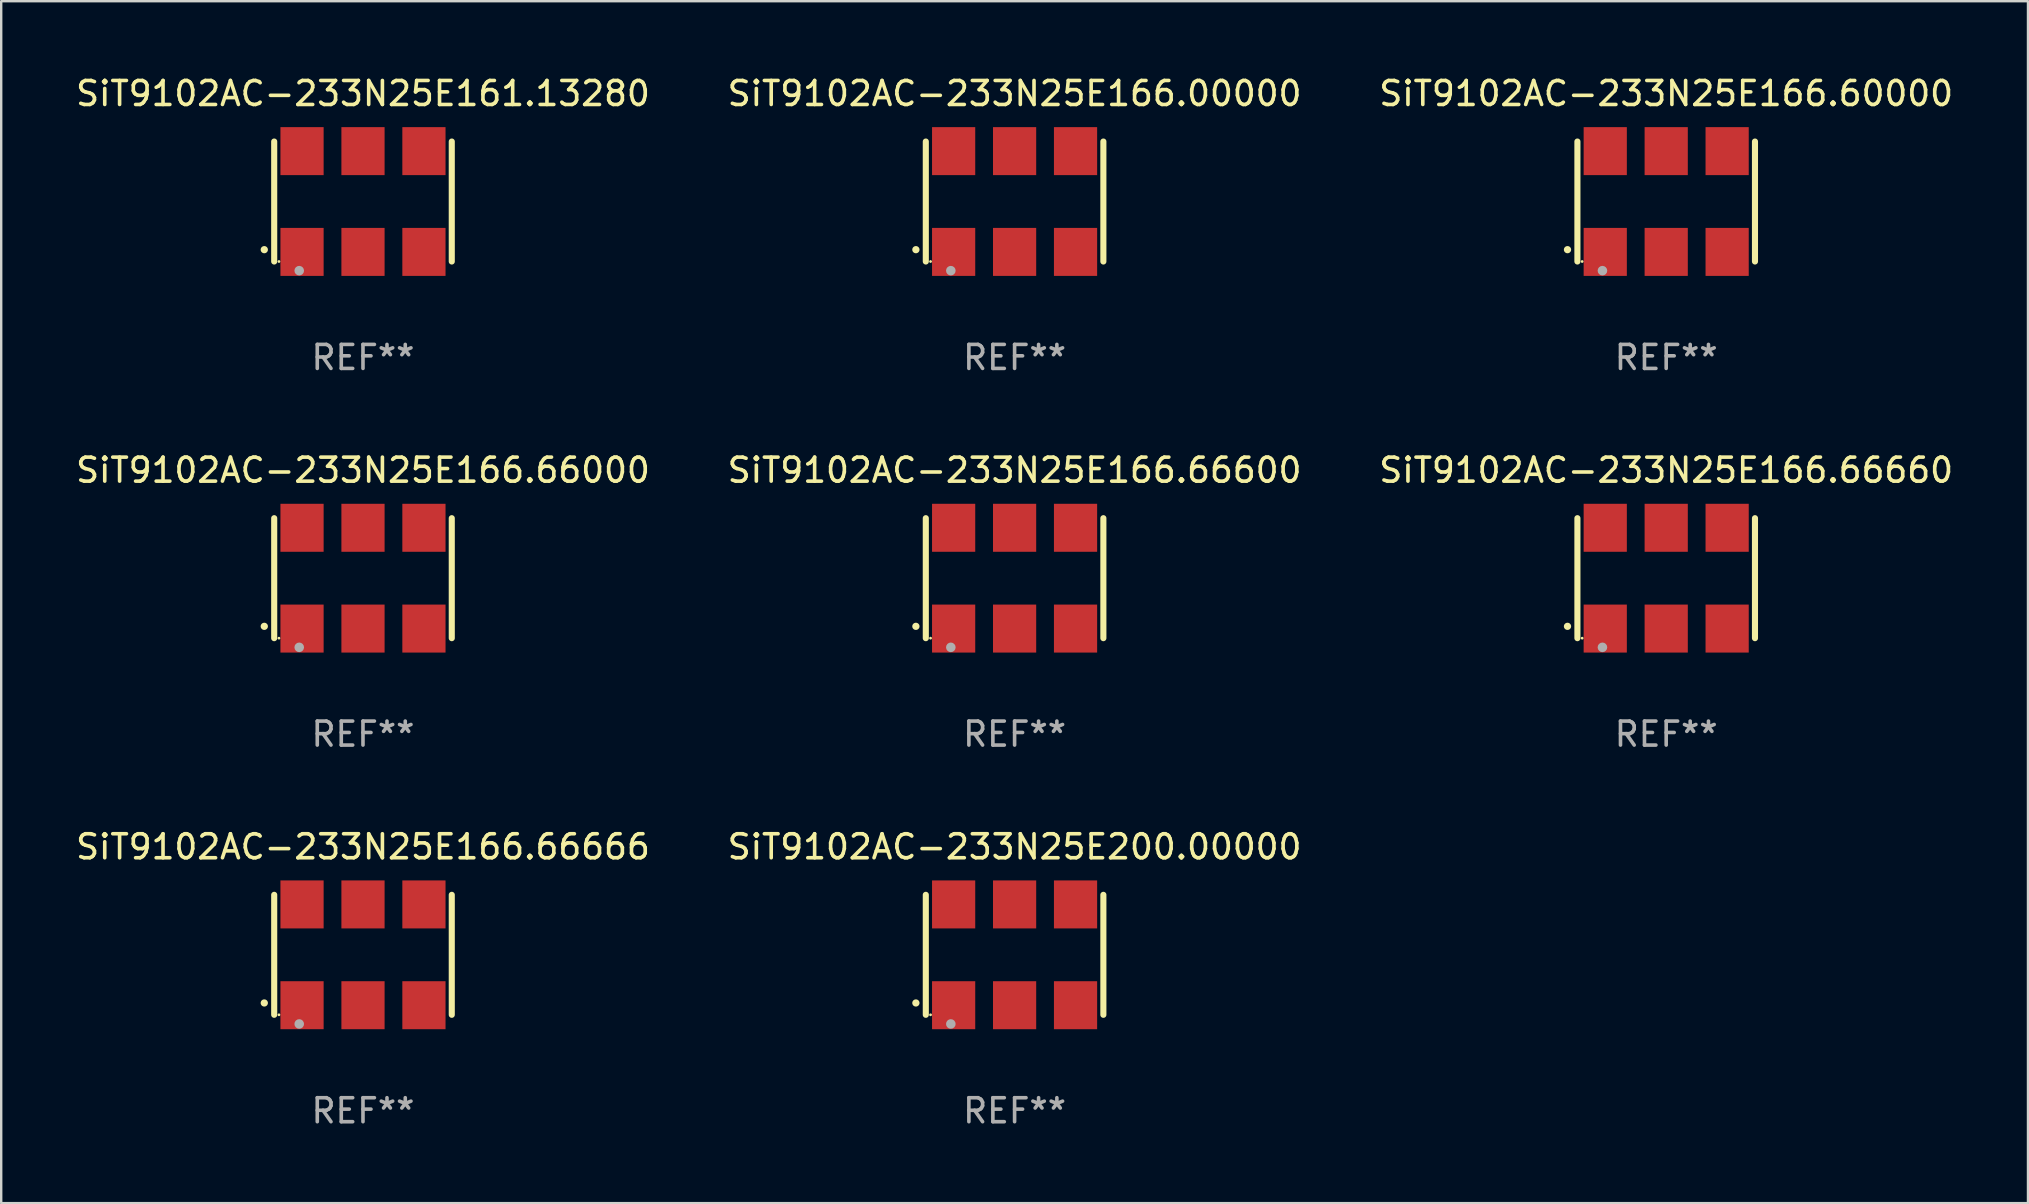
<source format=kicad_pcb>
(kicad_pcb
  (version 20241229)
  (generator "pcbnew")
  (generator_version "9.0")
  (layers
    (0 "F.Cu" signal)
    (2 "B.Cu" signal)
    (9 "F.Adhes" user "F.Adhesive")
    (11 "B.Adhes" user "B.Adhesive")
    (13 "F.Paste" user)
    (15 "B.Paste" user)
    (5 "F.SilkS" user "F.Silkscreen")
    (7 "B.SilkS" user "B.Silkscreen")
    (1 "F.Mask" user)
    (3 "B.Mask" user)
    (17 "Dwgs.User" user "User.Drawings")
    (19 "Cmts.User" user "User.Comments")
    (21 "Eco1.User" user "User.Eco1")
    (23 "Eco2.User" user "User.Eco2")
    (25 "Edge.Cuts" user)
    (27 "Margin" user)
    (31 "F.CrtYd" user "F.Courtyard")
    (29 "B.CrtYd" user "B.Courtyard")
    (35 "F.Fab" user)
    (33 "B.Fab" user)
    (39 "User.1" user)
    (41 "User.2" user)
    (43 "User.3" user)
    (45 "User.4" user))
  (footprint "SiT9102AC-233N25E166.66660"
    (layer "F.Cu")
    (at 66.387 21.045)
    (property "Reference" "SiT9102AC-233N25E166.66660" (at 0 -4.5 0) (layer "F.SilkS") (effects (font (size 1 1) (thickness 0.15))))
    (attr through_hole)
    (fp_line (start -3.7 -2.5) (end -3.7 2.5) (stroke (width 0.254) (type solid)) (layer "F.SilkS"))
    (fp_line (start 3.7 -2.5) (end 3.7 2.5) (stroke (width 0.254) (type solid)) (layer "F.SilkS"))
    (fp_arc (start -4.114415 2.006604) (mid -4.113145 2.006599) (end -4.111875 2.006604) (stroke (width 0.3) (type solid)) (layer "F.SilkS"))
    (fp_circle (center -3.502 2.5) (end -3.472 2.5) (stroke (width 0.06) (type solid)) (fill no) (layer "F.SilkS"))
    (fp_circle (center -2.657 2.882) (end -2.557 2.882) (stroke (width 0.2) (type solid)) (fill no) (layer "F.Fab"))
    (fp_text user "REF**" (at 0 6.5 0) (layer "F.Fab") (effects (font (size 1 1) (thickness 0.15))))
    (pad "1" smd rect (at -2.54 2.1) (size 1.8 2) (layers "F.Cu" "F.Mask" "F.Paste"))
    (pad "2" smd rect (at 0.000394 2.1) (size 1.8 2) (layers "F.Cu" "F.Mask" "F.Paste"))
    (pad "3" smd rect (at 2.54 2.1) (size 1.8 2) (layers "F.Cu" "F.Mask" "F.Paste"))
    (pad "4" smd rect (at 2.54 -2.1) (size 1.8 2) (layers "F.Cu" "F.Mask" "F.Paste"))
    (pad "5" smd rect (at 0.000394 -2.1) (size 1.8 2) (layers "F.Cu" "F.Mask" "F.Paste"))
    (pad "6" smd rect (at -2.54 -2.1) (size 1.8 2) (layers "F.Cu" "F.Mask" "F.Paste")))
  (footprint "SiT9102AC-233N25E166.66666"
    (layer "F.Cu")
    (at 12.077 36.741)
    (property "Reference" "SiT9102AC-233N25E166.66666" (at 0 -4.5 0) (layer "F.SilkS") (effects (font (size 1 1) (thickness 0.15))))
    (attr through_hole)
    (fp_line (start -3.7 -2.5) (end -3.7 2.5) (stroke (width 0.254) (type solid)) (layer "F.SilkS"))
    (fp_line (start 3.7 -2.5) (end 3.7 2.5) (stroke (width 0.254) (type solid)) (layer "F.SilkS"))
    (fp_arc (start -4.114415 2.006604) (mid -4.113145 2.006599) (end -4.111875 2.006604) (stroke (width 0.3) (type solid)) (layer "F.SilkS"))
    (fp_circle (center -3.502 2.5) (end -3.472 2.5) (stroke (width 0.06) (type solid)) (fill no) (layer "F.SilkS"))
    (fp_circle (center -2.657 2.882) (end -2.557 2.882) (stroke (width 0.2) (type solid)) (fill no) (layer "F.Fab"))
    (fp_text user "REF**" (at 0 6.5 0) (layer "F.Fab") (effects (font (size 1 1) (thickness 0.15))))
    (pad "1" smd rect (at -2.54 2.1) (size 1.8 2) (layers "F.Cu" "F.Mask" "F.Paste"))
    (pad "2" smd rect (at 0.000394 2.1) (size 1.8 2) (layers "F.Cu" "F.Mask" "F.Paste"))
    (pad "3" smd rect (at 2.54 2.1) (size 1.8 2) (layers "F.Cu" "F.Mask" "F.Paste"))
    (pad "4" smd rect (at 2.54 -2.1) (size 1.8 2) (layers "F.Cu" "F.Mask" "F.Paste"))
    (pad "5" smd rect (at 0.000394 -2.1) (size 1.8 2) (layers "F.Cu" "F.Mask" "F.Paste"))
    (pad "6" smd rect (at -2.54 -2.1) (size 1.8 2) (layers "F.Cu" "F.Mask" "F.Paste")))
  (footprint "SiT9102AC-233N25E200.00000"
    (layer "F.Cu")
    (at 39.232 36.741)
    (property "Reference" "SiT9102AC-233N25E200.00000" (at 0 -4.5 0) (layer "F.SilkS") (effects (font (size 1 1) (thickness 0.15))))
    (attr through_hole)
    (fp_line (start -3.7 -2.5) (end -3.7 2.5) (stroke (width 0.254) (type solid)) (layer "F.SilkS"))
    (fp_line (start 3.7 -2.5) (end 3.7 2.5) (stroke (width 0.254) (type solid)) (layer "F.SilkS"))
    (fp_arc (start -4.114415 2.006604) (mid -4.113145 2.006599) (end -4.111875 2.006604) (stroke (width 0.3) (type solid)) (layer "F.SilkS"))
    (fp_circle (center -3.502 2.5) (end -3.472 2.5) (stroke (width 0.06) (type solid)) (fill no) (layer "F.SilkS"))
    (fp_circle (center -2.657 2.882) (end -2.557 2.882) (stroke (width 0.2) (type solid)) (fill no) (layer "F.Fab"))
    (fp_text user "REF**" (at 0 6.5 0) (layer "F.Fab") (effects (font (size 1 1) (thickness 0.15))))
    (pad "1" smd rect (at -2.54 2.1) (size 1.8 2) (layers "F.Cu" "F.Mask" "F.Paste"))
    (pad "2" smd rect (at 0.000394 2.1) (size 1.8 2) (layers "F.Cu" "F.Mask" "F.Paste"))
    (pad "3" smd rect (at 2.54 2.1) (size 1.8 2) (layers "F.Cu" "F.Mask" "F.Paste"))
    (pad "4" smd rect (at 2.54 -2.1) (size 1.8 2) (layers "F.Cu" "F.Mask" "F.Paste"))
    (pad "5" smd rect (at 0.000394 -2.1) (size 1.8 2) (layers "F.Cu" "F.Mask" "F.Paste"))
    (pad "6" smd rect (at -2.54 -2.1) (size 1.8 2) (layers "F.Cu" "F.Mask" "F.Paste")))
  (footprint "SiT9102AC-233N25E166.00000"
    (layer "F.Cu")
    (at 39.232 5.348)
    (property "Reference" "SiT9102AC-233N25E166.00000" (at 0 -4.5 0) (layer "F.SilkS") (effects (font (size 1 1) (thickness 0.15))))
    (attr through_hole)
    (fp_line (start -3.7 -2.5) (end -3.7 2.5) (stroke (width 0.254) (type solid)) (layer "F.SilkS"))
    (fp_line (start 3.7 -2.5) (end 3.7 2.5) (stroke (width 0.254) (type solid)) (layer "F.SilkS"))
    (fp_arc (start -4.114415 2.006604) (mid -4.113145 2.006599) (end -4.111875 2.006604) (stroke (width 0.3) (type solid)) (layer "F.SilkS"))
    (fp_circle (center -3.502 2.5) (end -3.472 2.5) (stroke (width 0.06) (type solid)) (fill no) (layer "F.SilkS"))
    (fp_circle (center -2.657 2.882) (end -2.557 2.882) (stroke (width 0.2) (type solid)) (fill no) (layer "F.Fab"))
    (fp_text user "REF**" (at 0 6.5 0) (layer "F.Fab") (effects (font (size 1 1) (thickness 0.15))))
    (pad "1" smd rect (at -2.54 2.1) (size 1.8 2) (layers "F.Cu" "F.Mask" "F.Paste"))
    (pad "2" smd rect (at 0.000394 2.1) (size 1.8 2) (layers "F.Cu" "F.Mask" "F.Paste"))
    (pad "3" smd rect (at 2.54 2.1) (size 1.8 2) (layers "F.Cu" "F.Mask" "F.Paste"))
    (pad "4" smd rect (at 2.54 -2.1) (size 1.8 2) (layers "F.Cu" "F.Mask" "F.Paste"))
    (pad "5" smd rect (at 0.000394 -2.1) (size 1.8 2) (layers "F.Cu" "F.Mask" "F.Paste"))
    (pad "6" smd rect (at -2.54 -2.1) (size 1.8 2) (layers "F.Cu" "F.Mask" "F.Paste")))
  (footprint "SiT9102AC-233N25E166.66600"
    (layer "F.Cu")
    (at 39.232 21.045)
    (property "Reference" "SiT9102AC-233N25E166.66600" (at 0 -4.5 0) (layer "F.SilkS") (effects (font (size 1 1) (thickness 0.15))))
    (attr through_hole)
    (fp_line (start -3.7 -2.5) (end -3.7 2.5) (stroke (width 0.254) (type solid)) (layer "F.SilkS"))
    (fp_line (start 3.7 -2.5) (end 3.7 2.5) (stroke (width 0.254) (type solid)) (layer "F.SilkS"))
    (fp_arc (start -4.114415 2.006604) (mid -4.113145 2.006599) (end -4.111875 2.006604) (stroke (width 0.3) (type solid)) (layer "F.SilkS"))
    (fp_circle (center -3.502 2.5) (end -3.472 2.5) (stroke (width 0.06) (type solid)) (fill no) (layer "F.SilkS"))
    (fp_circle (center -2.657 2.882) (end -2.557 2.882) (stroke (width 0.2) (type solid)) (fill no) (layer "F.Fab"))
    (fp_text user "REF**" (at 0 6.5 0) (layer "F.Fab") (effects (font (size 1 1) (thickness 0.15))))
    (pad "1" smd rect (at -2.54 2.1) (size 1.8 2) (layers "F.Cu" "F.Mask" "F.Paste"))
    (pad "2" smd rect (at 0.000394 2.1) (size 1.8 2) (layers "F.Cu" "F.Mask" "F.Paste"))
    (pad "3" smd rect (at 2.54 2.1) (size 1.8 2) (layers "F.Cu" "F.Mask" "F.Paste"))
    (pad "4" smd rect (at 2.54 -2.1) (size 1.8 2) (layers "F.Cu" "F.Mask" "F.Paste"))
    (pad "5" smd rect (at 0.000394 -2.1) (size 1.8 2) (layers "F.Cu" "F.Mask" "F.Paste"))
    (pad "6" smd rect (at -2.54 -2.1) (size 1.8 2) (layers "F.Cu" "F.Mask" "F.Paste")))
  (footprint "SiT9102AC-233N25E166.60000"
    (layer "F.Cu")
    (at 66.387 5.348)
    (property "Reference" "SiT9102AC-233N25E166.60000" (at 0 -4.5 0) (layer "F.SilkS") (effects (font (size 1 1) (thickness 0.15))))
    (attr through_hole)
    (fp_line (start -3.7 -2.5) (end -3.7 2.5) (stroke (width 0.254) (type solid)) (layer "F.SilkS"))
    (fp_line (start 3.7 -2.5) (end 3.7 2.5) (stroke (width 0.254) (type solid)) (layer "F.SilkS"))
    (fp_arc (start -4.114415 2.006604) (mid -4.113145 2.006599) (end -4.111875 2.006604) (stroke (width 0.3) (type solid)) (layer "F.SilkS"))
    (fp_circle (center -3.502 2.5) (end -3.472 2.5) (stroke (width 0.06) (type solid)) (fill no) (layer "F.SilkS"))
    (fp_circle (center -2.657 2.882) (end -2.557 2.882) (stroke (width 0.2) (type solid)) (fill no) (layer "F.Fab"))
    (fp_text user "REF**" (at 0 6.5 0) (layer "F.Fab") (effects (font (size 1 1) (thickness 0.15))))
    (pad "1" smd rect (at -2.54 2.1) (size 1.8 2) (layers "F.Cu" "F.Mask" "F.Paste"))
    (pad "2" smd rect (at 0.000394 2.1) (size 1.8 2) (layers "F.Cu" "F.Mask" "F.Paste"))
    (pad "3" smd rect (at 2.54 2.1) (size 1.8 2) (layers "F.Cu" "F.Mask" "F.Paste"))
    (pad "4" smd rect (at 2.54 -2.1) (size 1.8 2) (layers "F.Cu" "F.Mask" "F.Paste"))
    (pad "5" smd rect (at 0.000394 -2.1) (size 1.8 2) (layers "F.Cu" "F.Mask" "F.Paste"))
    (pad "6" smd rect (at -2.54 -2.1) (size 1.8 2) (layers "F.Cu" "F.Mask" "F.Paste")))
  (footprint "SiT9102AC-233N25E161.13280"
    (layer "F.Cu")
    (at 12.077 5.348)
    (property "Reference" "SiT9102AC-233N25E161.13280" (at 0 -4.5 0) (layer "F.SilkS") (effects (font (size 1 1) (thickness 0.15))))
    (attr through_hole)
    (fp_line (start -3.7 -2.5) (end -3.7 2.5) (stroke (width 0.254) (type solid)) (layer "F.SilkS"))
    (fp_line (start 3.7 -2.5) (end 3.7 2.5) (stroke (width 0.254) (type solid)) (layer "F.SilkS"))
    (fp_arc (start -4.114415 2.006604) (mid -4.113145 2.006599) (end -4.111875 2.006604) (stroke (width 0.3) (type solid)) (layer "F.SilkS"))
    (fp_circle (center -3.502 2.5) (end -3.472 2.5) (stroke (width 0.06) (type solid)) (fill no) (layer "F.SilkS"))
    (fp_circle (center -2.657 2.882) (end -2.557 2.882) (stroke (width 0.2) (type solid)) (fill no) (layer "F.Fab"))
    (fp_text user "REF**" (at 0 6.5 0) (layer "F.Fab") (effects (font (size 1 1) (thickness 0.15))))
    (pad "1" smd rect (at -2.54 2.1) (size 1.8 2) (layers "F.Cu" "F.Mask" "F.Paste"))
    (pad "2" smd rect (at 0.000394 2.1) (size 1.8 2) (layers "F.Cu" "F.Mask" "F.Paste"))
    (pad "3" smd rect (at 2.54 2.1) (size 1.8 2) (layers "F.Cu" "F.Mask" "F.Paste"))
    (pad "4" smd rect (at 2.54 -2.1) (size 1.8 2) (layers "F.Cu" "F.Mask" "F.Paste"))
    (pad "5" smd rect (at 0.000394 -2.1) (size 1.8 2) (layers "F.Cu" "F.Mask" "F.Paste"))
    (pad "6" smd rect (at -2.54 -2.1) (size 1.8 2) (layers "F.Cu" "F.Mask" "F.Paste")))
  (footprint "SiT9102AC-233N25E166.66000"
    (layer "F.Cu")
    (at 12.077 21.045)
    (property "Reference" "SiT9102AC-233N25E166.66000" (at 0 -4.5 0) (layer "F.SilkS") (effects (font (size 1 1) (thickness 0.15))))
    (attr through_hole)
    (fp_line (start -3.7 -2.5) (end -3.7 2.5) (stroke (width 0.254) (type solid)) (layer "F.SilkS"))
    (fp_line (start 3.7 -2.5) (end 3.7 2.5) (stroke (width 0.254) (type solid)) (layer "F.SilkS"))
    (fp_arc (start -4.114415 2.006604) (mid -4.113145 2.006599) (end -4.111875 2.006604) (stroke (width 0.3) (type solid)) (layer "F.SilkS"))
    (fp_circle (center -3.502 2.5) (end -3.472 2.5) (stroke (width 0.06) (type solid)) (fill no) (layer "F.SilkS"))
    (fp_circle (center -2.657 2.882) (end -2.557 2.882) (stroke (width 0.2) (type solid)) (fill no) (layer "F.Fab"))
    (fp_text user "REF**" (at 0 6.5 0) (layer "F.Fab") (effects (font (size 1 1) (thickness 0.15))))
    (pad "1" smd rect (at -2.54 2.1) (size 1.8 2) (layers "F.Cu" "F.Mask" "F.Paste"))
    (pad "2" smd rect (at 0.000394 2.1) (size 1.8 2) (layers "F.Cu" "F.Mask" "F.Paste"))
    (pad "3" smd rect (at 2.54 2.1) (size 1.8 2) (layers "F.Cu" "F.Mask" "F.Paste"))
    (pad "4" smd rect (at 2.54 -2.1) (size 1.8 2) (layers "F.Cu" "F.Mask" "F.Paste"))
    (pad "5" smd rect (at 0.000394 -2.1) (size 1.8 2) (layers "F.Cu" "F.Mask" "F.Paste"))
    (pad "6" smd rect (at -2.54 -2.1) (size 1.8 2) (layers "F.Cu" "F.Mask" "F.Paste")))
  (gr_rect
    (start -3 -3)
    (end 81.464 47.09)
    (stroke (width 0.1) (type default))
    (fill no)
    (layer "Edge.Cuts")))
</source>
